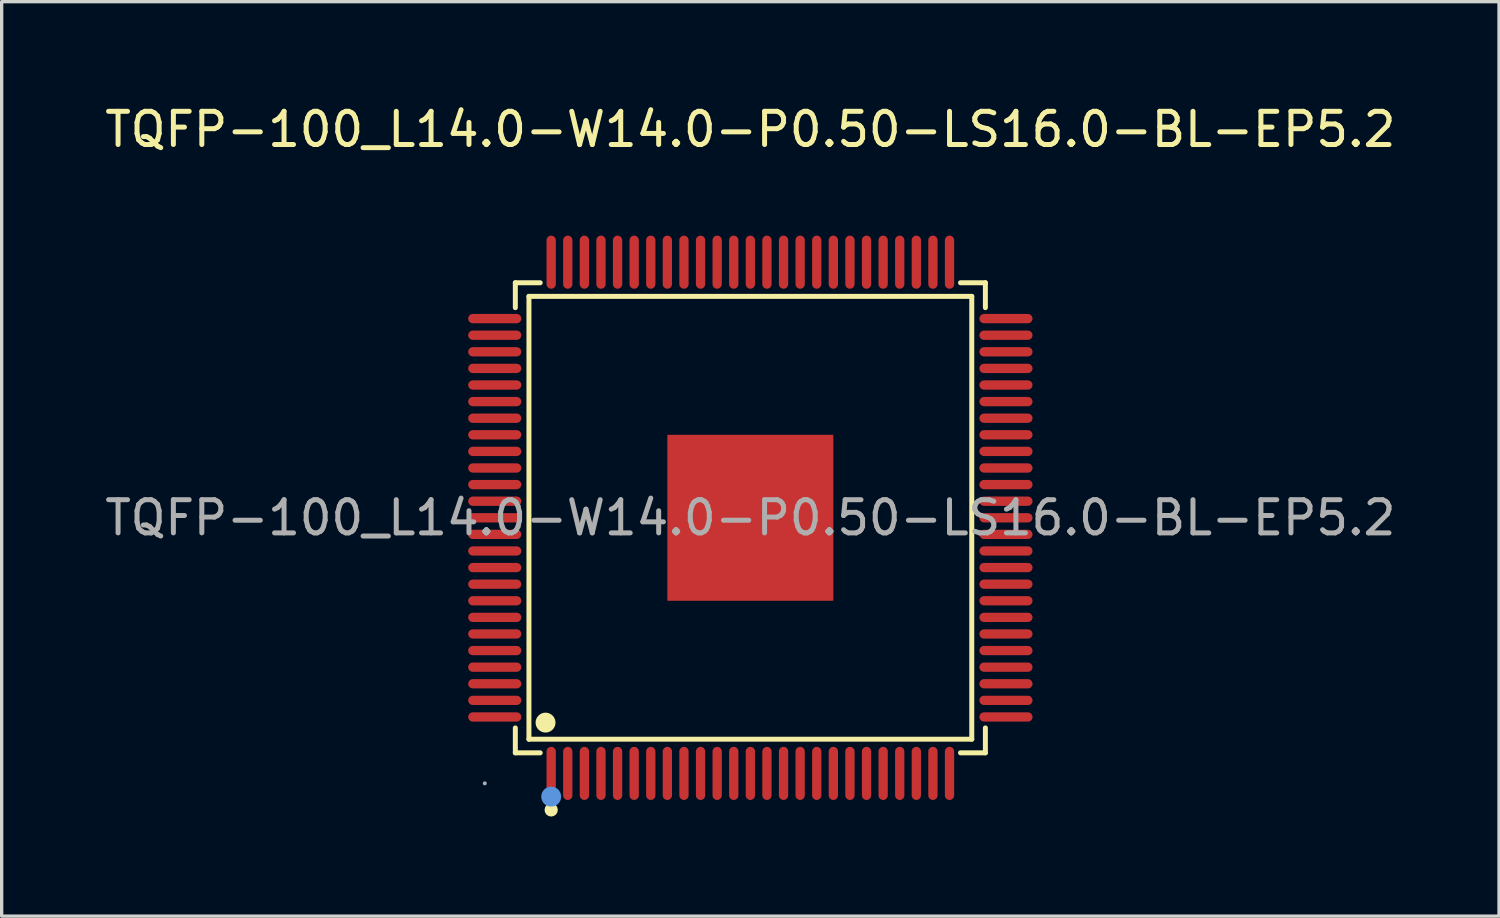
<source format=kicad_pcb>
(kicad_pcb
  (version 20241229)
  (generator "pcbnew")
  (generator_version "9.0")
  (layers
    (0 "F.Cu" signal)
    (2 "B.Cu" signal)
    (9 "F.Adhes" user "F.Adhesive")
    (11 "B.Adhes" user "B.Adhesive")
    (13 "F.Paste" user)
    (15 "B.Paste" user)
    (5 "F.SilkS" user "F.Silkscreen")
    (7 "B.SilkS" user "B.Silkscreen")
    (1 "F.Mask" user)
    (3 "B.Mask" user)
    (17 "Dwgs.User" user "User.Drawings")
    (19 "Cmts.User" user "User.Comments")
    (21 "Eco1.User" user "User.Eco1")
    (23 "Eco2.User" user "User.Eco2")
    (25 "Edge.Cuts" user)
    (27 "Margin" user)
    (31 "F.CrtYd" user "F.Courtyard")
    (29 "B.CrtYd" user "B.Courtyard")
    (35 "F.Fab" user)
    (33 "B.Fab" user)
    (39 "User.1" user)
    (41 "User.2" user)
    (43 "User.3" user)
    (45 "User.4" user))
  (footprint "TQFP-100_L14.0-W14.0-P0.50-LS16.0-BL-EP5.2"
    (layer "F.Cu")
    (at 19.554 12.548)
    (property "Reference" "TQFP-100_L14.0-W14.0-P0.50-LS16.0-BL-EP5.2" (at 0 -11.7 0) (layer "F.SilkS") (effects (font (size 1 1) (thickness 0.15))))
    (attr through_hole)
    (fp_line (start -7.08 -7.08) (end -6.33 -7.08) (stroke (width 0.15) (type solid)) (layer "F.SilkS"))
    (fp_line (start -7.08 -6.33) (end -7.08 -7.08) (stroke (width 0.15) (type solid)) (layer "F.SilkS"))
    (fp_line (start -7.08 6.33) (end -7.08 7.08) (stroke (width 0.15) (type solid)) (layer "F.SilkS"))
    (fp_line (start -7.08 7.08) (end -6.33 7.08) (stroke (width 0.15) (type solid)) (layer "F.SilkS"))
    (fp_line (start -6.67 -6.67) (end 6.67 -6.67) (stroke (width 0.15) (type solid)) (layer "F.SilkS"))
    (fp_line (start -6.67 6.67) (end -6.67 -6.67) (stroke (width 0.15) (type solid)) (layer "F.SilkS"))
    (fp_line (start 6.67 -6.67) (end 6.67 6.67) (stroke (width 0.15) (type solid)) (layer "F.SilkS"))
    (fp_line (start 6.67 6.67) (end -6.67 6.67) (stroke (width 0.15) (type solid)) (layer "F.SilkS"))
    (fp_line (start 7.08 -7.08) (end 6.33 -7.08) (stroke (width 0.15) (type solid)) (layer "F.SilkS"))
    (fp_line (start 7.08 -6.33) (end 7.08 -7.08) (stroke (width 0.15) (type solid)) (layer "F.SilkS"))
    (fp_line (start 7.08 6.33) (end 7.08 7.08) (stroke (width 0.15) (type solid)) (layer "F.SilkS"))
    (fp_line (start 7.08 7.08) (end 6.33 7.08) (stroke (width 0.15) (type solid)) (layer "F.SilkS"))
    (fp_circle (center -6.17 6.17) (end -6.02 6.17) (stroke (width 0.3) (type solid)) (fill no) (layer "F.SilkS"))
    (fp_circle (center -6 8.8) (end -5.9 8.8) (stroke (width 0.2) (type solid)) (fill no) (layer "F.SilkS"))
    (fp_circle (center -6 8.4) (end -5.85 8.4) (stroke (width 0.3) (type solid)) (fill no) (layer "Cmts.User"))
    (fp_circle (center -8 8) (end -7.97 8) (stroke (width 0.06) (type solid)) (fill no) (layer "F.Fab"))
    (fp_text user "${REFERENCE}" (at 0 0 0) (layer "F.Fab") (effects (font (size 1 1) (thickness 0.15))))
    (pad "1" smd oval (at -6 7.7) (size 0.28 1.6) (layers "F.Cu" "F.Mask" "F.Paste"))
    (pad "2" smd oval (at -5.5 7.7) (size 0.28 1.6) (layers "F.Cu" "F.Mask" "F.Paste"))
    (pad "3" smd oval (at -5 7.7) (size 0.28 1.6) (layers "F.Cu" "F.Mask" "F.Paste"))
    (pad "4" smd oval (at -4.5 7.7) (size 0.28 1.6) (layers "F.Cu" "F.Mask" "F.Paste"))
    (pad "5" smd oval (at -4 7.7) (size 0.28 1.6) (layers "F.Cu" "F.Mask" "F.Paste"))
    (pad "6" smd oval (at -3.5 7.7) (size 0.28 1.6) (layers "F.Cu" "F.Mask" "F.Paste"))
    (pad "7" smd oval (at -3 7.7) (size 0.28 1.6) (layers "F.Cu" "F.Mask" "F.Paste"))
    (pad "8" smd oval (at -2.5 7.7) (size 0.28 1.6) (layers "F.Cu" "F.Mask" "F.Paste"))
    (pad "9" smd oval (at -2 7.7) (size 0.28 1.6) (layers "F.Cu" "F.Mask" "F.Paste"))
    (pad "10" smd oval (at -1.5 7.7) (size 0.28 1.6) (layers "F.Cu" "F.Mask" "F.Paste"))
    (pad "11" smd oval (at -1 7.7) (size 0.28 1.6) (layers "F.Cu" "F.Mask" "F.Paste"))
    (pad "12" smd oval (at -0.5 7.7) (size 0.28 1.6) (layers "F.Cu" "F.Mask" "F.Paste"))
    (pad "13" smd oval (at 0 7.7) (size 0.28 1.6) (layers "F.Cu" "F.Mask" "F.Paste"))
    (pad "14" smd oval (at 0.5 7.7) (size 0.28 1.6) (layers "F.Cu" "F.Mask" "F.Paste"))
    (pad "15" smd oval (at 1 7.7) (size 0.28 1.6) (layers "F.Cu" "F.Mask" "F.Paste"))
    (pad "16" smd oval (at 1.5 7.7) (size 0.28 1.6) (layers "F.Cu" "F.Mask" "F.Paste"))
    (pad "17" smd oval (at 2 7.7) (size 0.28 1.6) (layers "F.Cu" "F.Mask" "F.Paste"))
    (pad "18" smd oval (at 2.5 7.7) (size 0.28 1.6) (layers "F.Cu" "F.Mask" "F.Paste"))
    (pad "19" smd oval (at 3 7.7) (size 0.28 1.6) (layers "F.Cu" "F.Mask" "F.Paste"))
    (pad "20" smd oval (at 3.5 7.7) (size 0.28 1.6) (layers "F.Cu" "F.Mask" "F.Paste"))
    (pad "21" smd oval (at 4 7.7) (size 0.28 1.6) (layers "F.Cu" "F.Mask" "F.Paste"))
    (pad "22" smd oval (at 4.5 7.7) (size 0.28 1.6) (layers "F.Cu" "F.Mask" "F.Paste"))
    (pad "23" smd oval (at 5 7.7) (size 0.28 1.6) (layers "F.Cu" "F.Mask" "F.Paste"))
    (pad "24" smd oval (at 5.5 7.7) (size 0.28 1.6) (layers "F.Cu" "F.Mask" "F.Paste"))
    (pad "25" smd oval (at 6 7.7) (size 0.28 1.6) (layers "F.Cu" "F.Mask" "F.Paste"))
    (pad "26" smd oval (at 7.7 6) (size 1.6 0.28) (layers "F.Cu" "F.Mask" "F.Paste"))
    (pad "27" smd oval (at 7.7 5.5) (size 1.6 0.28) (layers "F.Cu" "F.Mask" "F.Paste"))
    (pad "28" smd oval (at 7.7 5) (size 1.6 0.28) (layers "F.Cu" "F.Mask" "F.Paste"))
    (pad "29" smd oval (at 7.7 4.5) (size 1.6 0.28) (layers "F.Cu" "F.Mask" "F.Paste"))
    (pad "30" smd oval (at 7.7 4) (size 1.6 0.28) (layers "F.Cu" "F.Mask" "F.Paste"))
    (pad "31" smd oval (at 7.7 3.5) (size 1.6 0.28) (layers "F.Cu" "F.Mask" "F.Paste"))
    (pad "32" smd oval (at 7.7 3) (size 1.6 0.28) (layers "F.Cu" "F.Mask" "F.Paste"))
    (pad "33" smd oval (at 7.7 2.5) (size 1.6 0.28) (layers "F.Cu" "F.Mask" "F.Paste"))
    (pad "34" smd oval (at 7.7 2) (size 1.6 0.28) (layers "F.Cu" "F.Mask" "F.Paste"))
    (pad "35" smd oval (at 7.7 1.5) (size 1.6 0.28) (layers "F.Cu" "F.Mask" "F.Paste"))
    (pad "36" smd oval (at 7.7 1) (size 1.6 0.28) (layers "F.Cu" "F.Mask" "F.Paste"))
    (pad "37" smd oval (at 7.7 0.5) (size 1.6 0.28) (layers "F.Cu" "F.Mask" "F.Paste"))
    (pad "38" smd oval (at 7.7 0) (size 1.6 0.28) (layers "F.Cu" "F.Mask" "F.Paste"))
    (pad "39" smd oval (at 7.7 -0.5) (size 1.6 0.28) (layers "F.Cu" "F.Mask" "F.Paste"))
    (pad "40" smd oval (at 7.7 -1) (size 1.6 0.28) (layers "F.Cu" "F.Mask" "F.Paste"))
    (pad "41" smd oval (at 7.7 -1.5) (size 1.6 0.28) (layers "F.Cu" "F.Mask" "F.Paste"))
    (pad "42" smd oval (at 7.7 -2) (size 1.6 0.28) (layers "F.Cu" "F.Mask" "F.Paste"))
    (pad "43" smd oval (at 7.7 -2.5) (size 1.6 0.28) (layers "F.Cu" "F.Mask" "F.Paste"))
    (pad "44" smd oval (at 7.7 -3) (size 1.6 0.28) (layers "F.Cu" "F.Mask" "F.Paste"))
    (pad "45" smd oval (at 7.7 -3.5) (size 1.6 0.28) (layers "F.Cu" "F.Mask" "F.Paste"))
    (pad "46" smd oval (at 7.7 -4) (size 1.6 0.28) (layers "F.Cu" "F.Mask" "F.Paste"))
    (pad "47" smd oval (at 7.7 -4.5) (size 1.6 0.28) (layers "F.Cu" "F.Mask" "F.Paste"))
    (pad "48" smd oval (at 7.7 -5) (size 1.6 0.28) (layers "F.Cu" "F.Mask" "F.Paste"))
    (pad "49" smd oval (at 7.7 -5.5) (size 1.6 0.28) (layers "F.Cu" "F.Mask" "F.Paste"))
    (pad "50" smd oval (at 7.7 -6) (size 1.6 0.28) (layers "F.Cu" "F.Mask" "F.Paste"))
    (pad "51" smd oval (at 6 -7.7) (size 0.28 1.6) (layers "F.Cu" "F.Mask" "F.Paste"))
    (pad "52" smd oval (at 5.5 -7.7) (size 0.28 1.6) (layers "F.Cu" "F.Mask" "F.Paste"))
    (pad "53" smd oval (at 5 -7.7) (size 0.28 1.6) (layers "F.Cu" "F.Mask" "F.Paste"))
    (pad "54" smd oval (at 4.5 -7.7) (size 0.28 1.6) (layers "F.Cu" "F.Mask" "F.Paste"))
    (pad "55" smd oval (at 4 -7.7) (size 0.28 1.6) (layers "F.Cu" "F.Mask" "F.Paste"))
    (pad "56" smd oval (at 3.5 -7.7) (size 0.28 1.6) (layers "F.Cu" "F.Mask" "F.Paste"))
    (pad "57" smd oval (at 3 -7.7) (size 0.28 1.6) (layers "F.Cu" "F.Mask" "F.Paste"))
    (pad "58" smd oval (at 2.5 -7.7) (size 0.28 1.6) (layers "F.Cu" "F.Mask" "F.Paste"))
    (pad "59" smd oval (at 2 -7.7) (size 0.28 1.6) (layers "F.Cu" "F.Mask" "F.Paste"))
    (pad "60" smd oval (at 1.5 -7.7) (size 0.28 1.6) (layers "F.Cu" "F.Mask" "F.Paste"))
    (pad "61" smd oval (at 1 -7.7) (size 0.28 1.6) (layers "F.Cu" "F.Mask" "F.Paste"))
    (pad "62" smd oval (at 0.5 -7.7) (size 0.28 1.6) (layers "F.Cu" "F.Mask" "F.Paste"))
    (pad "63" smd oval (at 0 -7.7) (size 0.28 1.6) (layers "F.Cu" "F.Mask" "F.Paste"))
    (pad "64" smd oval (at -0.5 -7.7) (size 0.28 1.6) (layers "F.Cu" "F.Mask" "F.Paste"))
    (pad "65" smd oval (at -1 -7.7) (size 0.28 1.6) (layers "F.Cu" "F.Mask" "F.Paste"))
    (pad "66" smd oval (at -1.5 -7.7) (size 0.28 1.6) (layers "F.Cu" "F.Mask" "F.Paste"))
    (pad "67" smd oval (at -2 -7.7) (size 0.28 1.6) (layers "F.Cu" "F.Mask" "F.Paste"))
    (pad "68" smd oval (at -2.5 -7.7) (size 0.28 1.6) (layers "F.Cu" "F.Mask" "F.Paste"))
    (pad "69" smd oval (at -3 -7.7) (size 0.28 1.6) (layers "F.Cu" "F.Mask" "F.Paste"))
    (pad "70" smd oval (at -3.5 -7.7) (size 0.28 1.6) (layers "F.Cu" "F.Mask" "F.Paste"))
    (pad "71" smd oval (at -4 -7.7) (size 0.28 1.6) (layers "F.Cu" "F.Mask" "F.Paste"))
    (pad "72" smd oval (at -4.5 -7.7) (size 0.28 1.6) (layers "F.Cu" "F.Mask" "F.Paste"))
    (pad "73" smd oval (at -5 -7.7) (size 0.28 1.6) (layers "F.Cu" "F.Mask" "F.Paste"))
    (pad "74" smd oval (at -5.5 -7.7) (size 0.28 1.6) (layers "F.Cu" "F.Mask" "F.Paste"))
    (pad "75" smd oval (at -6 -7.7) (size 0.28 1.6) (layers "F.Cu" "F.Mask" "F.Paste"))
    (pad "76" smd oval (at -7.7 -6) (size 1.6 0.28) (layers "F.Cu" "F.Mask" "F.Paste"))
    (pad "77" smd oval (at -7.7 -5.5) (size 1.6 0.28) (layers "F.Cu" "F.Mask" "F.Paste"))
    (pad "78" smd oval (at -7.7 -5) (size 1.6 0.28) (layers "F.Cu" "F.Mask" "F.Paste"))
    (pad "79" smd oval (at -7.7 -4.5) (size 1.6 0.28) (layers "F.Cu" "F.Mask" "F.Paste"))
    (pad "80" smd oval (at -7.7 -4) (size 1.6 0.28) (layers "F.Cu" "F.Mask" "F.Paste"))
    (pad "81" smd oval (at -7.7 -3.5) (size 1.6 0.28) (layers "F.Cu" "F.Mask" "F.Paste"))
    (pad "82" smd oval (at -7.7 -3) (size 1.6 0.28) (layers "F.Cu" "F.Mask" "F.Paste"))
    (pad "83" smd oval (at -7.7 -2.5) (size 1.6 0.28) (layers "F.Cu" "F.Mask" "F.Paste"))
    (pad "84" smd oval (at -7.7 -2) (size 1.6 0.28) (layers "F.Cu" "F.Mask" "F.Paste"))
    (pad "85" smd oval (at -7.7 -1.5) (size 1.6 0.28) (layers "F.Cu" "F.Mask" "F.Paste"))
    (pad "86" smd oval (at -7.7 -1) (size 1.6 0.28) (layers "F.Cu" "F.Mask" "F.Paste"))
    (pad "87" smd oval (at -7.7 -0.5) (size 1.6 0.28) (layers "F.Cu" "F.Mask" "F.Paste"))
    (pad "88" smd oval (at -7.7 0) (size 1.6 0.28) (layers "F.Cu" "F.Mask" "F.Paste"))
    (pad "89" smd oval (at -7.7 0.5) (size 1.6 0.28) (layers "F.Cu" "F.Mask" "F.Paste"))
    (pad "90" smd oval (at -7.7 1) (size 1.6 0.28) (layers "F.Cu" "F.Mask" "F.Paste"))
    (pad "91" smd oval (at -7.7 1.5) (size 1.6 0.28) (layers "F.Cu" "F.Mask" "F.Paste"))
    (pad "92" smd oval (at -7.7 2) (size 1.6 0.28) (layers "F.Cu" "F.Mask" "F.Paste"))
    (pad "93" smd oval (at -7.7 2.5) (size 1.6 0.28) (layers "F.Cu" "F.Mask" "F.Paste"))
    (pad "94" smd oval (at -7.7 3) (size 1.6 0.28) (layers "F.Cu" "F.Mask" "F.Paste"))
    (pad "95" smd oval (at -7.7 3.5) (size 1.6 0.28) (layers "F.Cu" "F.Mask" "F.Paste"))
    (pad "96" smd oval (at -7.7 4) (size 1.6 0.28) (layers "F.Cu" "F.Mask" "F.Paste"))
    (pad "97" smd oval (at -7.7 4.5) (size 1.6 0.28) (layers "F.Cu" "F.Mask" "F.Paste"))
    (pad "98" smd oval (at -7.7 5) (size 1.6 0.28) (layers "F.Cu" "F.Mask" "F.Paste"))
    (pad "99" smd oval (at -7.7 5.5) (size 1.6 0.28) (layers "F.Cu" "F.Mask" "F.Paste"))
    (pad "100" smd oval (at -7.7 6) (size 1.6 0.28) (layers "F.Cu" "F.Mask" "F.Paste"))
    (pad "101" smd rect (at 0 0) (size 5 5) (layers "F.Cu" "F.Mask" "F.Paste")))
  (gr_rect
    (start -3 -3)
    (end 42.107 24.548)
    (stroke (width 0.1) (type default))
    (fill no)
    (layer "Edge.Cuts")))
</source>
